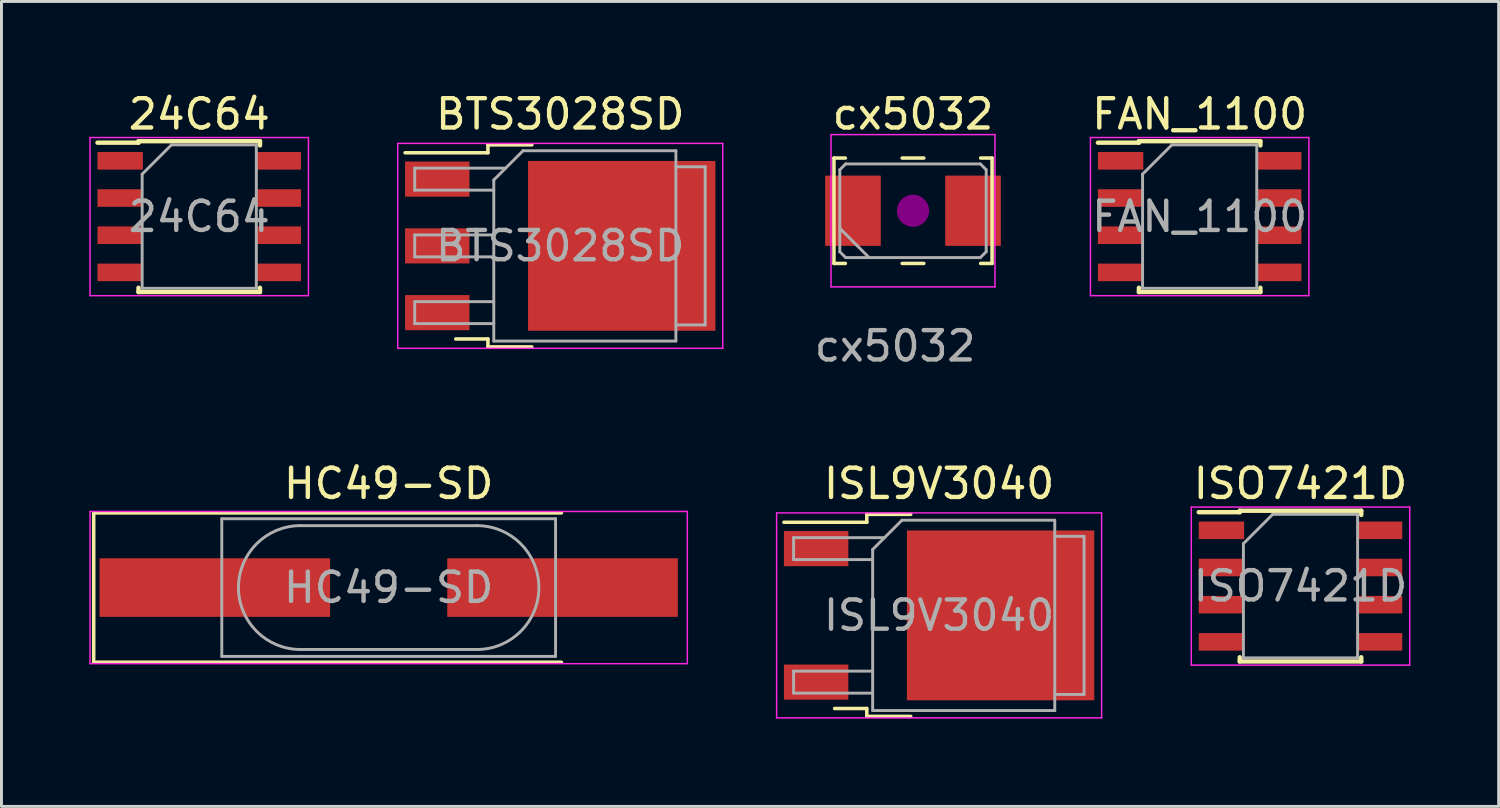
<source format=kicad_pcb>
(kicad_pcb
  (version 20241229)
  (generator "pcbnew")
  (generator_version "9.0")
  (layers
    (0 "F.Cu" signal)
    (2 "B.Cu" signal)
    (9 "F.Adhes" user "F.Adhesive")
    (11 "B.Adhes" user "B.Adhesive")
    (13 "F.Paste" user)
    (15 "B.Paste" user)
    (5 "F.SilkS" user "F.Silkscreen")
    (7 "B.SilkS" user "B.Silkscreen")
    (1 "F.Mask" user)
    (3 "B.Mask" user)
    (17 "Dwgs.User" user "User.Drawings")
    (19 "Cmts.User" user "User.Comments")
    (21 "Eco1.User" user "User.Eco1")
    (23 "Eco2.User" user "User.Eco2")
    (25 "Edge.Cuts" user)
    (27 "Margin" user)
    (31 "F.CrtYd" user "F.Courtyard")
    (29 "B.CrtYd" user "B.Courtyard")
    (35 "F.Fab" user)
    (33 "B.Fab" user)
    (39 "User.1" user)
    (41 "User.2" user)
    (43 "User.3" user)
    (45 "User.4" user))
  (footprint "HC49-SD"
    (layer "F.Cu")
    (at 10.225 17.018)
    (property "Reference" "HC49-SD" (at 0 -3.55 0) (layer "F.SilkS") (effects (font (size 1 1) (thickness 0.15))))
    (attr smd)
    (fp_line (start -10.075 -2.55) (end -10.075 2.55) (stroke (width 0.12) (type solid)) (layer "F.SilkS"))
    (fp_line (start -10.075 2.55) (end 5.9 2.55) (stroke (width 0.12) (type solid)) (layer "F.SilkS"))
    (fp_line (start 5.9 -2.55) (end -10.075 -2.55) (stroke (width 0.12) (type solid)) (layer "F.SilkS"))
    (fp_line (start -10.2 -2.6) (end -10.2 2.6) (stroke (width 0.05) (type solid)) (layer "F.CrtYd"))
    (fp_line (start -10.2 2.6) (end 10.2 2.6) (stroke (width 0.05) (type solid)) (layer "F.CrtYd"))
    (fp_line (start 10.2 -2.6) (end -10.2 -2.6) (stroke (width 0.05) (type solid)) (layer "F.CrtYd"))
    (fp_line (start 10.2 2.6) (end 10.2 -2.6) (stroke (width 0.05) (type solid)) (layer "F.CrtYd"))
    (fp_line (start -5.7 -2.35) (end -5.7 2.35) (stroke (width 0.1) (type solid)) (layer "F.Fab"))
    (fp_line (start -5.7 2.35) (end 5.7 2.35) (stroke (width 0.1) (type solid)) (layer "F.Fab"))
    (fp_line (start -3.015 -2.115) (end 3.015 -2.115) (stroke (width 0.1) (type solid)) (layer "F.Fab"))
    (fp_line (start -3.015 2.115) (end 3.015 2.115) (stroke (width 0.1) (type solid)) (layer "F.Fab"))
    (fp_line (start 5.7 -2.35) (end -5.7 -2.35) (stroke (width 0.1) (type solid)) (layer "F.Fab"))
    (fp_line (start 5.7 2.35) (end 5.7 -2.35) (stroke (width 0.1) (type solid)) (layer "F.Fab"))
    (fp_arc (start -3.015 2.115) (mid -5.13 0) (end -3.015 -2.115) (stroke (width 0.1) (type solid)) (layer "F.Fab"))
    (fp_arc (start 3.015 -2.115) (mid 5.13 0) (end 3.015 2.115) (stroke (width 0.1) (type solid)) (layer "F.Fab"))
    (fp_text user "${REFERENCE}" (at 0 0 0) (layer "F.Fab") (effects (font (size 1 1) (thickness 0.15))))
    (pad "1" smd rect (at -5.938 0) (size 7.875 2) (layers "F.Cu" "F.Mask" "F.Paste"))
    (pad "2" smd rect (at 5.938 0) (size 7.875 2) (layers "F.Cu" "F.Mask" "F.Paste")))
  (footprint "BTS3028SD"
    (layer "F.Cu")
    (at 16.085 5.348)
    (property "Reference" "BTS3028SD" (at 0 -4.5 0) (layer "F.SilkS") (effects (font (size 1 1) (thickness 0.15))))
    (attr smd)
    (fp_line (start -2.47 -3.45) (end -2.47 -3.18) (stroke (width 0.12) (type solid)) (layer "F.SilkS"))
    (fp_line (start -2.47 -3.18) (end -5.3 -3.18) (stroke (width 0.12) (type solid)) (layer "F.SilkS"))
    (fp_line (start -2.47 3.18) (end -3.57 3.18) (stroke (width 0.12) (type solid)) (layer "F.SilkS"))
    (fp_line (start -2.47 3.45) (end -2.47 3.18) (stroke (width 0.12) (type solid)) (layer "F.SilkS"))
    (fp_line (start -0.97 -3.45) (end -2.47 -3.45) (stroke (width 0.12) (type solid)) (layer "F.SilkS"))
    (fp_line (start -0.97 3.45) (end -2.47 3.45) (stroke (width 0.12) (type solid)) (layer "F.SilkS"))
    (fp_line (start -5.55 -3.5) (end -5.55 3.5) (stroke (width 0.05) (type solid)) (layer "F.CrtYd"))
    (fp_line (start -5.55 3.5) (end 5.55 3.5) (stroke (width 0.05) (type solid)) (layer "F.CrtYd"))
    (fp_line (start 5.55 -3.5) (end -5.55 -3.5) (stroke (width 0.05) (type solid)) (layer "F.CrtYd"))
    (fp_line (start 5.55 3.5) (end 5.55 -3.5) (stroke (width 0.05) (type solid)) (layer "F.CrtYd"))
    (fp_line (start -4.97 -2.655) (end -4.97 -1.905) (stroke (width 0.1) (type solid)) (layer "F.Fab"))
    (fp_line (start -4.97 -1.905) (end -2.27 -1.905) (stroke (width 0.1) (type solid)) (layer "F.Fab"))
    (fp_line (start -4.97 -0.375) (end -4.97 0.375) (stroke (width 0.1) (type solid)) (layer "F.Fab"))
    (fp_line (start -4.97 0.375) (end -2.27 0.375) (stroke (width 0.1) (type solid)) (layer "F.Fab"))
    (fp_line (start -4.97 1.905) (end -4.97 2.655) (stroke (width 0.1) (type solid)) (layer "F.Fab"))
    (fp_line (start -4.97 2.655) (end -2.27 2.655) (stroke (width 0.1) (type solid)) (layer "F.Fab"))
    (fp_line (start -2.27 -2.25) (end -1.27 -3.25) (stroke (width 0.1) (type solid)) (layer "F.Fab"))
    (fp_line (start -2.27 -0.375) (end -4.97 -0.375) (stroke (width 0.1) (type solid)) (layer "F.Fab"))
    (fp_line (start -2.27 1.905) (end -4.97 1.905) (stroke (width 0.1) (type solid)) (layer "F.Fab"))
    (fp_line (start -2.27 3.25) (end -2.27 -2.25) (stroke (width 0.1) (type solid)) (layer "F.Fab"))
    (fp_line (start -1.865 -2.655) (end -4.97 -2.655) (stroke (width 0.1) (type solid)) (layer "F.Fab"))
    (fp_line (start -1.27 -3.25) (end 3.95 -3.25) (stroke (width 0.1) (type solid)) (layer "F.Fab"))
    (fp_line (start 3.95 -3.25) (end 3.95 3.25) (stroke (width 0.1) (type solid)) (layer "F.Fab"))
    (fp_line (start 3.95 -2.7) (end 4.95 -2.7) (stroke (width 0.1) (type solid)) (layer "F.Fab"))
    (fp_line (start 3.95 3.25) (end -2.27 3.25) (stroke (width 0.1) (type solid)) (layer "F.Fab"))
    (fp_line (start 4.95 -2.7) (end 4.95 2.7) (stroke (width 0.1) (type solid)) (layer "F.Fab"))
    (fp_line (start 4.95 2.7) (end 3.95 2.7) (stroke (width 0.1) (type solid)) (layer "F.Fab"))
    (fp_text user "${REFERENCE}" (at 0 0 0) (layer "F.Fab") (effects (font (size 1 1) (thickness 0.15))))
    (pad "" smd rect (at 0.425 -1.525) (size 3.05 2.75) (layers "F.Paste"))
    (pad "" smd rect (at 0.425 1.525) (size 3.05 2.75) (layers "F.Paste"))
    (pad "" smd rect (at 3.775 -1.525) (size 3.05 2.75) (layers "F.Paste"))
    (pad "" smd rect (at 3.775 1.525) (size 3.05 2.75) (layers "F.Paste"))
    (pad "1" smd rect (at -4.2 -2.28) (size 2.2 1.2) (layers "F.Cu" "F.Mask" "F.Paste"))
    (pad "2" smd rect (at -4.2 0) (size 2.2 1.2) (layers "F.Cu" "F.Mask" "F.Paste"))
    (pad "2" smd rect (at 2.1 0) (size 6.4 5.8) (layers "F.Cu" "F.Mask"))
    (pad "3" smd rect (at -4.2 2.28) (size 2.2 1.2) (layers "F.Cu" "F.Mask" "F.Paste")))
  (footprint "ISL9V3040"
    (layer "F.Cu")
    (at 29.025 17.968)
    (property "Reference" "ISL9V3040" (at 0 -4.5 0) (layer "F.SilkS") (effects (font (size 1 1) (thickness 0.15))))
    (attr smd)
    (fp_line (start -2.47 -3.45) (end -2.47 -3.18) (stroke (width 0.12) (type solid)) (layer "F.SilkS"))
    (fp_line (start -2.47 -3.18) (end -5.3 -3.18) (stroke (width 0.12) (type solid)) (layer "F.SilkS"))
    (fp_line (start -2.47 3.18) (end -3.57 3.18) (stroke (width 0.12) (type solid)) (layer "F.SilkS"))
    (fp_line (start -2.47 3.45) (end -2.47 3.18) (stroke (width 0.12) (type solid)) (layer "F.SilkS"))
    (fp_line (start -0.97 -3.45) (end -2.47 -3.45) (stroke (width 0.12) (type solid)) (layer "F.SilkS"))
    (fp_line (start -0.97 3.45) (end -2.47 3.45) (stroke (width 0.12) (type solid)) (layer "F.SilkS"))
    (fp_line (start -5.55 -3.5) (end -5.55 3.5) (stroke (width 0.05) (type solid)) (layer "F.CrtYd"))
    (fp_line (start -5.55 3.5) (end 5.55 3.5) (stroke (width 0.05) (type solid)) (layer "F.CrtYd"))
    (fp_line (start 5.55 -3.5) (end -5.55 -3.5) (stroke (width 0.05) (type solid)) (layer "F.CrtYd"))
    (fp_line (start 5.55 3.5) (end 5.55 -3.5) (stroke (width 0.05) (type solid)) (layer "F.CrtYd"))
    (fp_line (start -4.97 -2.655) (end -4.97 -1.905) (stroke (width 0.1) (type solid)) (layer "F.Fab"))
    (fp_line (start -4.97 -1.905) (end -2.27 -1.905) (stroke (width 0.1) (type solid)) (layer "F.Fab"))
    (fp_line (start -4.97 1.905) (end -4.97 2.655) (stroke (width 0.1) (type solid)) (layer "F.Fab"))
    (fp_line (start -4.97 2.655) (end -2.27 2.655) (stroke (width 0.1) (type solid)) (layer "F.Fab"))
    (fp_line (start -2.27 -2.25) (end -1.27 -3.25) (stroke (width 0.1) (type solid)) (layer "F.Fab"))
    (fp_line (start -2.27 1.905) (end -4.97 1.905) (stroke (width 0.1) (type solid)) (layer "F.Fab"))
    (fp_line (start -2.27 3.25) (end -2.27 -2.25) (stroke (width 0.1) (type solid)) (layer "F.Fab"))
    (fp_line (start -1.865 -2.655) (end -4.97 -2.655) (stroke (width 0.1) (type solid)) (layer "F.Fab"))
    (fp_line (start -1.27 -3.25) (end 3.95 -3.25) (stroke (width 0.1) (type solid)) (layer "F.Fab"))
    (fp_line (start 3.95 -3.25) (end 3.95 3.25) (stroke (width 0.1) (type solid)) (layer "F.Fab"))
    (fp_line (start 3.95 -2.7) (end 4.95 -2.7) (stroke (width 0.1) (type solid)) (layer "F.Fab"))
    (fp_line (start 3.95 3.25) (end -2.27 3.25) (stroke (width 0.1) (type solid)) (layer "F.Fab"))
    (fp_line (start 4.95 -2.7) (end 4.95 2.7) (stroke (width 0.1) (type solid)) (layer "F.Fab"))
    (fp_line (start 4.95 2.7) (end 3.95 2.7) (stroke (width 0.1) (type solid)) (layer "F.Fab"))
    (fp_text user "${REFERENCE}" (at 0 0 0) (layer "F.Fab") (effects (font (size 1 1) (thickness 0.15))))
    (pad "" smd rect (at 0.425 -1.525) (size 3.05 2.75) (layers "F.Paste"))
    (pad "" smd rect (at 0.425 1.525) (size 3.05 2.75) (layers "F.Paste"))
    (pad "" smd rect (at 3.775 -1.525) (size 3.05 2.75) (layers "F.Paste"))
    (pad "" smd rect (at 3.775 1.525) (size 3.05 2.75) (layers "F.Paste"))
    (pad "1" smd rect (at -4.2 -2.28) (size 2.2 1.2) (layers "F.Cu" "F.Mask" "F.Paste"))
    (pad "2" smd rect (at 2.1 0) (size 6.4 5.8) (layers "F.Cu" "F.Mask"))
    (pad "3" smd rect (at -4.2 2.28) (size 2.2 1.2) (layers "F.Cu" "F.Mask" "F.Paste")))
  (footprint "24C64"
    (layer "F.Cu")
    (at 3.755 4.348)
    (property "Reference" "24C64" (at 0 -3.5 0) (layer "F.SilkS") (effects (font (size 1 1) (thickness 0.15))))
    (attr smd)
    (fp_line (start -2.075 -2.575) (end -2.075 -2.525) (stroke (width 0.15) (type solid)) (layer "F.SilkS"))
    (fp_line (start -2.075 -2.575) (end 2.075 -2.575) (stroke (width 0.15) (type solid)) (layer "F.SilkS"))
    (fp_line (start -2.075 -2.525) (end -3.475 -2.525) (stroke (width 0.15) (type solid)) (layer "F.SilkS"))
    (fp_line (start -2.075 2.575) (end -2.075 2.43) (stroke (width 0.15) (type solid)) (layer "F.SilkS"))
    (fp_line (start -2.075 2.575) (end 2.075 2.575) (stroke (width 0.15) (type solid)) (layer "F.SilkS"))
    (fp_line (start 2.075 -2.575) (end 2.075 -2.43) (stroke (width 0.15) (type solid)) (layer "F.SilkS"))
    (fp_line (start 2.075 2.575) (end 2.075 2.43) (stroke (width 0.15) (type solid)) (layer "F.SilkS"))
    (fp_line (start -3.73 -2.7) (end -3.73 2.7) (stroke (width 0.05) (type solid)) (layer "F.CrtYd"))
    (fp_line (start -3.73 -2.7) (end 3.73 -2.7) (stroke (width 0.05) (type solid)) (layer "F.CrtYd"))
    (fp_line (start -3.73 2.7) (end 3.73 2.7) (stroke (width 0.05) (type solid)) (layer "F.CrtYd"))
    (fp_line (start 3.73 -2.7) (end 3.73 2.7) (stroke (width 0.05) (type solid)) (layer "F.CrtYd"))
    (fp_line (start -1.95 -1.45) (end -0.95 -2.45) (stroke (width 0.1) (type solid)) (layer "F.Fab"))
    (fp_line (start -1.95 2.45) (end -1.95 -1.45) (stroke (width 0.1) (type solid)) (layer "F.Fab"))
    (fp_line (start -0.95 -2.45) (end 1.95 -2.45) (stroke (width 0.1) (type solid)) (layer "F.Fab"))
    (fp_line (start 1.95 -2.45) (end 1.95 2.45) (stroke (width 0.1) (type solid)) (layer "F.Fab"))
    (fp_line (start 1.95 2.45) (end -1.95 2.45) (stroke (width 0.1) (type solid)) (layer "F.Fab"))
    (fp_text user "${REFERENCE}" (at 0 0 0) (layer "F.Fab") (effects (font (size 1 1) (thickness 0.15))))
    (pad "1" smd rect (at -2.7 -1.905) (size 1.55 0.6) (layers "F.Cu" "F.Mask" "F.Paste"))
    (pad "2" smd rect (at -2.7 -0.635) (size 1.55 0.6) (layers "F.Cu" "F.Mask" "F.Paste"))
    (pad "3" smd rect (at -2.7 0.635) (size 1.55 0.6) (layers "F.Cu" "F.Mask" "F.Paste"))
    (pad "4" smd rect (at -2.7 1.905) (size 1.55 0.6) (layers "F.Cu" "F.Mask" "F.Paste"))
    (pad "5" smd rect (at 2.7 1.905) (size 1.55 0.6) (layers "F.Cu" "F.Mask" "F.Paste"))
    (pad "6" smd rect (at 2.7 0.635) (size 1.55 0.6) (layers "F.Cu" "F.Mask" "F.Paste"))
    (pad "7" smd rect (at 2.7 -0.635) (size 1.55 0.6) (layers "F.Cu" "F.Mask" "F.Paste"))
    (pad "8" smd rect (at 2.7 -1.905) (size 1.55 0.6) (layers "F.Cu" "F.Mask" "F.Paste")))
  (footprint "FAN_1100"
    (layer "F.Cu")
    (at 37.924 4.348)
    (property "Reference" "FAN_1100" (at 0 -3.5 0) (layer "F.SilkS") (effects (font (size 1 1) (thickness 0.15))))
    (attr smd)
    (fp_line (start -2.075 -2.575) (end -2.075 -2.525) (stroke (width 0.15) (type solid)) (layer "F.SilkS"))
    (fp_line (start -2.075 -2.575) (end 2.075 -2.575) (stroke (width 0.15) (type solid)) (layer "F.SilkS"))
    (fp_line (start -2.075 -2.525) (end -3.475 -2.525) (stroke (width 0.15) (type solid)) (layer "F.SilkS"))
    (fp_line (start -2.075 2.575) (end -2.075 2.43) (stroke (width 0.15) (type solid)) (layer "F.SilkS"))
    (fp_line (start -2.075 2.575) (end 2.075 2.575) (stroke (width 0.15) (type solid)) (layer "F.SilkS"))
    (fp_line (start 2.075 -2.575) (end 2.075 -2.43) (stroke (width 0.15) (type solid)) (layer "F.SilkS"))
    (fp_line (start 2.075 2.575) (end 2.075 2.43) (stroke (width 0.15) (type solid)) (layer "F.SilkS"))
    (fp_line (start -3.73 -2.7) (end -3.73 2.7) (stroke (width 0.05) (type solid)) (layer "F.CrtYd"))
    (fp_line (start -3.73 -2.7) (end 3.73 -2.7) (stroke (width 0.05) (type solid)) (layer "F.CrtYd"))
    (fp_line (start -3.73 2.7) (end 3.73 2.7) (stroke (width 0.05) (type solid)) (layer "F.CrtYd"))
    (fp_line (start 3.73 -2.7) (end 3.73 2.7) (stroke (width 0.05) (type solid)) (layer "F.CrtYd"))
    (fp_line (start -1.95 -1.45) (end -0.95 -2.45) (stroke (width 0.1) (type solid)) (layer "F.Fab"))
    (fp_line (start -1.95 2.45) (end -1.95 -1.45) (stroke (width 0.1) (type solid)) (layer "F.Fab"))
    (fp_line (start -0.95 -2.45) (end 1.95 -2.45) (stroke (width 0.1) (type solid)) (layer "F.Fab"))
    (fp_line (start 1.95 -2.45) (end 1.95 2.45) (stroke (width 0.1) (type solid)) (layer "F.Fab"))
    (fp_line (start 1.95 2.45) (end -1.95 2.45) (stroke (width 0.1) (type solid)) (layer "F.Fab"))
    (fp_text user "${REFERENCE}" (at 0 0 0) (layer "F.Fab") (effects (font (size 1 1) (thickness 0.15))))
    (pad "1" smd rect (at -2.7 -1.905) (size 1.55 0.6) (layers "F.Cu" "F.Mask" "F.Paste"))
    (pad "2" smd rect (at -2.7 -0.635) (size 1.55 0.6) (layers "F.Cu" "F.Mask" "F.Paste"))
    (pad "3" smd rect (at -2.7 0.635) (size 1.55 0.6) (layers "F.Cu" "F.Mask" "F.Paste"))
    (pad "4" smd rect (at -2.7 1.905) (size 1.55 0.6) (layers "F.Cu" "F.Mask" "F.Paste"))
    (pad "5" smd rect (at 2.7 1.905) (size 1.55 0.6) (layers "F.Cu" "F.Mask" "F.Paste"))
    (pad "6" smd rect (at 2.7 0.635) (size 1.55 0.6) (layers "F.Cu" "F.Mask" "F.Paste"))
    (pad "7" smd rect (at 2.7 -0.635) (size 1.55 0.6) (layers "F.Cu" "F.Mask" "F.Paste"))
    (pad "8" smd rect (at 2.7 -1.905) (size 1.55 0.6) (layers "F.Cu" "F.Mask" "F.Paste")))
  (footprint "cx5032"
    (layer "F.Cu")
    (at 28.133 4.148)
    (property "Reference" "cx5032" (at 0 -3.3 0) (layer "F.SilkS") (effects (font (size 1 1) (thickness 0.15))))
    (attr smd)
    (fp_line (start -2.7 -1.8) (end -2.31 -1.8) (stroke (width 0.12) (type solid)) (layer "F.SilkS"))
    (fp_line (start -2.7 1.8) (end -2.7 -1.8) (stroke (width 0.12) (type solid)) (layer "F.SilkS"))
    (fp_line (start -2.31 1.8) (end -2.7 1.8) (stroke (width 0.12) (type solid)) (layer "F.SilkS"))
    (fp_line (start -0.37 -1.8) (end 0.37 -1.8) (stroke (width 0.12) (type solid)) (layer "F.SilkS"))
    (fp_line (start 0.37 1.8) (end -0.37 1.8) (stroke (width 0.12) (type solid)) (layer "F.SilkS"))
    (fp_line (start 2.31 -1.8) (end 2.7 -1.8) (stroke (width 0.12) (type solid)) (layer "F.SilkS"))
    (fp_line (start 2.7 -1.8) (end 2.7 1.8) (stroke (width 0.12) (type solid)) (layer "F.SilkS"))
    (fp_line (start 2.7 1.8) (end 2.31 1.8) (stroke (width 0.12) (type solid)) (layer "F.SilkS"))
    (fp_circle (center 0 0) (end 0.117 0) (stroke (width 0.233) (type solid)) (fill no) (layer "F.Adhes"))
    (fp_circle (center 0 0) (end 0.267 0) (stroke (width 0.167) (type solid)) (fill no) (layer "F.Adhes"))
    (fp_circle (center 0 0) (end 0.417 0) (stroke (width 0.167) (type solid)) (fill no) (layer "F.Adhes"))
    (fp_circle (center 0 0) (end 0.5 0) (stroke (width 0.1) (type solid)) (fill no) (layer "F.Adhes"))
    (fp_line (start -2.8 -2.6) (end -2.8 2.6) (stroke (width 0.05) (type solid)) (layer "F.CrtYd"))
    (fp_line (start -2.8 2.6) (end 2.8 2.6) (stroke (width 0.05) (type solid)) (layer "F.CrtYd"))
    (fp_line (start 2.8 -2.6) (end -2.8 -2.6) (stroke (width 0.05) (type solid)) (layer "F.CrtYd"))
    (fp_line (start 2.8 2.6) (end 2.8 -2.6) (stroke (width 0.05) (type solid)) (layer "F.CrtYd"))
    (fp_line (start -2.5 -1.4) (end -2.3 -1.6) (stroke (width 0.1) (type solid)) (layer "F.Fab"))
    (fp_line (start -2.5 0.6) (end -1.5 1.6) (stroke (width 0.1) (type solid)) (layer "F.Fab"))
    (fp_line (start -2.5 1.4) (end -2.5 -1.4) (stroke (width 0.1) (type solid)) (layer "F.Fab"))
    (fp_line (start -2.3 -1.6) (end 2.3 -1.6) (stroke (width 0.1) (type solid)) (layer "F.Fab"))
    (fp_line (start -2.3 1.6) (end -2.5 1.4) (stroke (width 0.1) (type solid)) (layer "F.Fab"))
    (fp_line (start 2.3 -1.6) (end 2.5 -1.4) (stroke (width 0.1) (type solid)) (layer "F.Fab"))
    (fp_line (start 2.3 1.6) (end -2.3 1.6) (stroke (width 0.1) (type solid)) (layer "F.Fab"))
    (fp_line (start 2.5 -1.4) (end 2.5 1.4) (stroke (width 0.1) (type solid)) (layer "F.Fab"))
    (fp_line (start 2.5 1.4) (end 2.3 1.6) (stroke (width 0.1) (type solid)) (layer "F.Fab"))
    (fp_text user "${REFERENCE}" (at -0.61 4.623 0) (layer "F.Fab") (effects (font (size 1 1) (thickness 0.15))))
    (pad "1" smd rect (at -2.05 0) (size 1.9 2.4) (layers "F.Cu" "F.Mask" "F.Paste"))
    (pad "2" smd rect (at 2.05 0) (size 1.9 2.4) (layers "F.Cu" "F.Mask" "F.Paste")))
  (footprint "ISO7421D"
    (layer "F.Cu")
    (at 41.368 16.968)
    (property "Reference" "ISO7421D" (at 0 -3.5 0) (layer "F.SilkS") (effects (font (size 1 1) (thickness 0.15))))
    (attr smd)
    (fp_line (start -2.075 -2.575) (end -2.075 -2.525) (stroke (width 0.15) (type solid)) (layer "F.SilkS"))
    (fp_line (start -2.075 -2.575) (end 2.075 -2.575) (stroke (width 0.15) (type solid)) (layer "F.SilkS"))
    (fp_line (start -2.075 -2.525) (end -3.475 -2.525) (stroke (width 0.15) (type solid)) (layer "F.SilkS"))
    (fp_line (start -2.075 2.575) (end -2.075 2.43) (stroke (width 0.15) (type solid)) (layer "F.SilkS"))
    (fp_line (start -2.075 2.575) (end 2.075 2.575) (stroke (width 0.15) (type solid)) (layer "F.SilkS"))
    (fp_line (start 2.075 -2.575) (end 2.075 -2.43) (stroke (width 0.15) (type solid)) (layer "F.SilkS"))
    (fp_line (start 2.075 2.575) (end 2.075 2.43) (stroke (width 0.15) (type solid)) (layer "F.SilkS"))
    (fp_line (start -3.73 -2.7) (end -3.73 2.7) (stroke (width 0.05) (type solid)) (layer "F.CrtYd"))
    (fp_line (start -3.73 -2.7) (end 3.73 -2.7) (stroke (width 0.05) (type solid)) (layer "F.CrtYd"))
    (fp_line (start -3.73 2.7) (end 3.73 2.7) (stroke (width 0.05) (type solid)) (layer "F.CrtYd"))
    (fp_line (start 3.73 -2.7) (end 3.73 2.7) (stroke (width 0.05) (type solid)) (layer "F.CrtYd"))
    (fp_line (start -1.95 -1.45) (end -0.95 -2.45) (stroke (width 0.1) (type solid)) (layer "F.Fab"))
    (fp_line (start -1.95 2.45) (end -1.95 -1.45) (stroke (width 0.1) (type solid)) (layer "F.Fab"))
    (fp_line (start -0.95 -2.45) (end 1.95 -2.45) (stroke (width 0.1) (type solid)) (layer "F.Fab"))
    (fp_line (start 1.95 -2.45) (end 1.95 2.45) (stroke (width 0.1) (type solid)) (layer "F.Fab"))
    (fp_line (start 1.95 2.45) (end -1.95 2.45) (stroke (width 0.1) (type solid)) (layer "F.Fab"))
    (fp_text user "${REFERENCE}" (at 0 0 0) (layer "F.Fab") (effects (font (size 1 1) (thickness 0.15))))
    (pad "1" smd rect (at -2.7 -1.905) (size 1.55 0.6) (layers "F.Cu" "F.Mask" "F.Paste"))
    (pad "2" smd rect (at -2.7 -0.635) (size 1.55 0.6) (layers "F.Cu" "F.Mask" "F.Paste"))
    (pad "3" smd rect (at -2.7 0.635) (size 1.55 0.6) (layers "F.Cu" "F.Mask" "F.Paste"))
    (pad "4" smd rect (at -2.7 1.905) (size 1.55 0.6) (layers "F.Cu" "F.Mask" "F.Paste"))
    (pad "5" smd rect (at 2.7 1.905) (size 1.55 0.6) (layers "F.Cu" "F.Mask" "F.Paste"))
    (pad "6" smd rect (at 2.7 0.635) (size 1.55 0.6) (layers "F.Cu" "F.Mask" "F.Paste"))
    (pad "7" smd rect (at 2.7 -0.635) (size 1.55 0.6) (layers "F.Cu" "F.Mask" "F.Paste"))
    (pad "8" smd rect (at 2.7 -1.905) (size 1.55 0.6) (layers "F.Cu" "F.Mask" "F.Paste")))
  (gr_rect
    (start -3 -3)
    (end 48.136 24.493)
    (stroke (width 0.1) (type default))
    (fill no)
    (layer "Edge.Cuts")))
</source>
